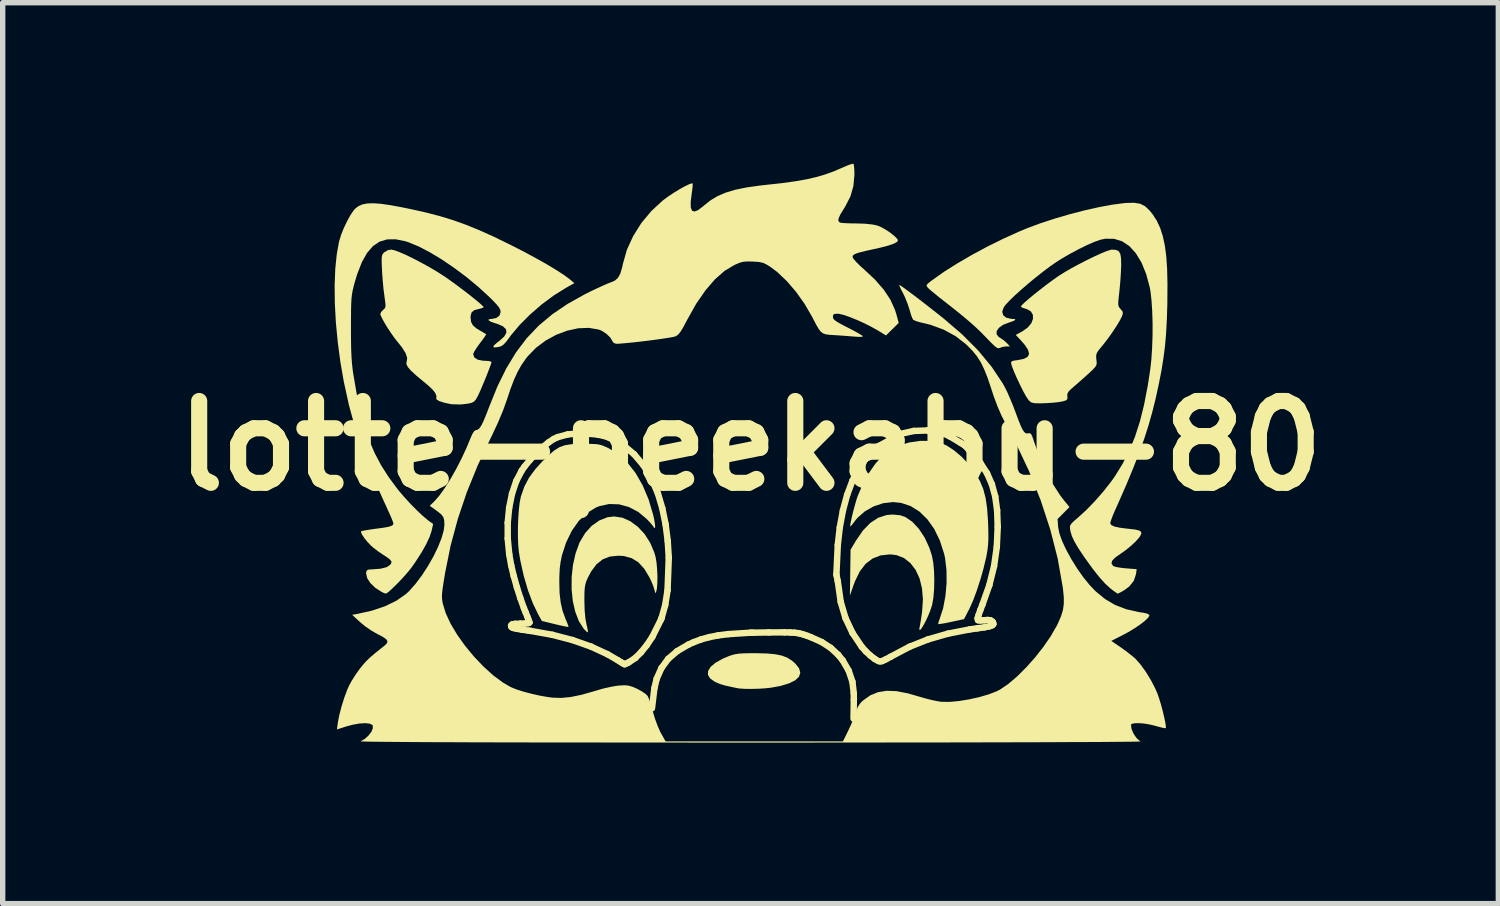
<source format=kicad_pcb>
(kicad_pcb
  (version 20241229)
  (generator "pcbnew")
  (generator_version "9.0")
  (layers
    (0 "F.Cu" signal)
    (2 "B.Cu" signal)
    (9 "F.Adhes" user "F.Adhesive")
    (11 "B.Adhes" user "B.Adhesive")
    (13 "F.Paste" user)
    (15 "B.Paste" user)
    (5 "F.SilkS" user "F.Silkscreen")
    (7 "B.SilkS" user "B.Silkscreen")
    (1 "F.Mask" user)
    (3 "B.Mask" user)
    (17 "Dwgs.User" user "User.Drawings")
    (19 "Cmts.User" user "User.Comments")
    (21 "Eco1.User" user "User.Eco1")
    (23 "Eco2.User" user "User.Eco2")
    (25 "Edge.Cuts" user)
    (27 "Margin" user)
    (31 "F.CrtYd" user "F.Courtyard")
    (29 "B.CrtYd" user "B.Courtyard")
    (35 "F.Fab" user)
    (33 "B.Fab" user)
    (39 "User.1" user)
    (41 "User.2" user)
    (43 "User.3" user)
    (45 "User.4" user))
  (footprint "lotte-peekabu-80"
    (layer "F.Cu")
    (at 10.929 5.254)
    (property "Reference" "lotte-peekabu-80" (at 0 0 0) (layer "F.SilkS") (effects (font (size 1.524 1.524) (thickness 0.3))))
    (attr board_only exclude_from_pos_files exclude_from_bom)
    (fp_line (start -4.522 1.433) (end -4.522 1.725) (stroke (width 0.12) (type solid)) (layer "F.SilkS"))
    (fp_line (start -4.522 1.725) (end -4.494 2.021) (stroke (width 0.12) (type solid)) (layer "F.SilkS"))
    (fp_line (start -4.495 1.153) (end -4.522 1.433) (stroke (width 0.12) (type solid)) (layer "F.SilkS"))
    (fp_line (start -4.494 2.021) (end -4.457 2.229) (stroke (width 0.12) (type solid)) (layer "F.SilkS"))
    (fp_line (start -4.459 3.348) (end -4.456 3.367) (stroke (width 0.12) (type solid)) (layer "F.SilkS"))
    (fp_line (start -4.457 2.229) (end -4.41 2.425) (stroke (width 0.12) (type solid)) (layer "F.SilkS"))
    (fp_line (start -4.456 3.367) (end -4.441 3.382) (stroke (width 0.12) (type solid)) (layer "F.SilkS"))
    (fp_line (start -4.442 0.893) (end -4.495 1.153) (stroke (width 0.12) (type solid)) (layer "F.SilkS"))
    (fp_line (start -4.441 3.382) (end -4.409 3.395) (stroke (width 0.12) (type solid)) (layer "F.SilkS"))
    (fp_line (start -4.435 3.324) (end -4.459 3.348) (stroke (width 0.12) (type solid)) (layer "F.SilkS"))
    (fp_line (start -4.41 2.425) (end -4.351 2.635) (stroke (width 0.12) (type solid)) (layer "F.SilkS"))
    (fp_line (start -4.409 3.395) (end -4.351 3.408) (stroke (width 0.12) (type solid)) (layer "F.SilkS"))
    (fp_line (start -4.382 3.316) (end -4.435 3.324) (stroke (width 0.12) (type solid)) (layer "F.SilkS"))
    (fp_line (start -4.364 0.659) (end -4.442 0.893) (stroke (width 0.12) (type solid)) (layer "F.SilkS"))
    (fp_line (start -4.351 3.408) (end -4.262 3.424) (stroke (width 0.12) (type solid)) (layer "F.SilkS"))
    (fp_line (start -4.351 2.635) (end -4.286 2.84) (stroke (width 0.12) (type solid)) (layer "F.SilkS"))
    (fp_line (start -4.288 3.314) (end -4.382 3.316) (stroke (width 0.12) (type solid)) (layer "F.SilkS"))
    (fp_line (start -4.286 2.84) (end -4.22 3.024) (stroke (width 0.12) (type solid)) (layer "F.SilkS"))
    (fp_line (start -4.281 3.314) (end -4.288 3.314) (stroke (width 0.12) (type solid)) (layer "F.SilkS"))
    (fp_line (start -4.262 3.424) (end -4.132 3.443) (stroke (width 0.12) (type solid)) (layer "F.SilkS"))
    (fp_line (start -4.261 0.461) (end -4.364 0.659) (stroke (width 0.12) (type solid)) (layer "F.SilkS"))
    (fp_line (start -4.22 3.024) (end -4.188 3.103) (stroke (width 0.12) (type solid)) (layer "F.SilkS"))
    (fp_line (start -4.209 0.387) (end -4.261 0.461) (stroke (width 0.12) (type solid)) (layer "F.SilkS"))
    (fp_line (start -4.199 3.31) (end -4.281 3.314) (stroke (width 0.12) (type solid)) (layer "F.SilkS"))
    (fp_line (start -4.188 3.103) (end -4.154 3.187) (stroke (width 0.12) (type solid)) (layer "F.SilkS"))
    (fp_line (start -4.154 3.187) (end -4.129 3.253) (stroke (width 0.12) (type solid)) (layer "F.SilkS"))
    (fp_line (start -4.14 3.303) (end -4.199 3.31) (stroke (width 0.12) (type solid)) (layer "F.SilkS"))
    (fp_line (start -4.132 3.443) (end -4.093 3.448) (stroke (width 0.12) (type solid)) (layer "F.SilkS"))
    (fp_line (start -4.129 3.253) (end -4.118 3.29) (stroke (width 0.12) (type solid)) (layer "F.SilkS"))
    (fp_line (start -4.118 3.29) (end -4.118 3.292) (stroke (width 0.12) (type solid)) (layer "F.SilkS"))
    (fp_line (start -4.118 3.292) (end -4.14 3.303) (stroke (width 0.12) (type solid)) (layer "F.SilkS"))
    (fp_line (start -4.11 0.266) (end -4.209 0.387) (stroke (width 0.12) (type solid)) (layer "F.SilkS"))
    (fp_line (start -4.093 3.448) (end -3.693 3.52) (stroke (width 0.12) (type solid)) (layer "F.SilkS"))
    (fp_line (start -3.995 0.144) (end -4.11 0.266) (stroke (width 0.12) (type solid)) (layer "F.SilkS"))
    (fp_line (start -3.875 0.031) (end -3.995 0.144) (stroke (width 0.12) (type solid)) (layer "F.SilkS"))
    (fp_line (start -3.761 -0.063) (end -3.875 0.031) (stroke (width 0.12) (type solid)) (layer "F.SilkS"))
    (fp_line (start -3.693 3.52) (end -3.316 3.618) (stroke (width 0.12) (type solid)) (layer "F.SilkS"))
    (fp_line (start -3.664 -0.128) (end -3.761 -0.063) (stroke (width 0.12) (type solid)) (layer "F.SilkS"))
    (fp_line (start -3.589 -0.162) (end -3.664 -0.128) (stroke (width 0.12) (type solid)) (layer "F.SilkS"))
    (fp_line (start -3.406 -0.212) (end -3.589 -0.162) (stroke (width 0.12) (type solid)) (layer "F.SilkS"))
    (fp_line (start -3.316 3.618) (end -2.97 3.74) (stroke (width 0.12) (type solid)) (layer "F.SilkS"))
    (fp_line (start -3.191 -0.232) (end -3.406 -0.212) (stroke (width 0.12) (type solid)) (layer "F.SilkS"))
    (fp_line (start -2.97 3.74) (end -2.66 3.884) (stroke (width 0.12) (type solid)) (layer "F.SilkS"))
    (fp_line (start -2.948 -0.221) (end -3.191 -0.232) (stroke (width 0.12) (type solid)) (layer "F.SilkS"))
    (fp_line (start -2.836 -0.207) (end -2.948 -0.221) (stroke (width 0.12) (type solid)) (layer "F.SilkS"))
    (fp_line (start -2.731 -0.185) (end -2.836 -0.207) (stroke (width 0.12) (type solid)) (layer "F.SilkS"))
    (fp_line (start -2.66 3.884) (end -2.474 3.992) (stroke (width 0.12) (type solid)) (layer "F.SilkS"))
    (fp_line (start -2.633 -0.152) (end -2.731 -0.185) (stroke (width 0.12) (type solid)) (layer "F.SilkS"))
    (fp_line (start -2.521 -0.1) (end -2.633 -0.152) (stroke (width 0.12) (type solid)) (layer "F.SilkS"))
    (fp_line (start -2.474 3.992) (end -2.409 4.033) (stroke (width 0.12) (type solid)) (layer "F.SilkS"))
    (fp_line (start -2.409 4.033) (end -2.361 4.061) (stroke (width 0.12) (type solid)) (layer "F.SilkS"))
    (fp_line (start -2.362 -0.006) (end -2.521 -0.1) (stroke (width 0.12) (type solid)) (layer "F.SilkS"))
    (fp_line (start -2.361 4.061) (end -2.345 4.069) (stroke (width 0.12) (type solid)) (layer "F.SilkS"))
    (fp_line (start -2.345 4.069) (end -2.321 4.059) (stroke (width 0.12) (type solid)) (layer "F.SilkS"))
    (fp_line (start -2.321 4.059) (end -2.268 4.034) (stroke (width 0.12) (type solid)) (layer "F.SilkS"))
    (fp_line (start -2.268 4.034) (end -2.145 3.952) (stroke (width 0.12) (type solid)) (layer "F.SilkS"))
    (fp_line (start -2.168 0.157) (end -2.362 -0.006) (stroke (width 0.12) (type solid)) (layer "F.SilkS"))
    (fp_line (start -2.145 3.952) (end -2.039 3.847) (stroke (width 0.12) (type solid)) (layer "F.SilkS"))
    (fp_line (start -2.039 3.847) (end -1.931 3.713) (stroke (width 0.12) (type solid)) (layer "F.SilkS"))
    (fp_line (start -1.996 0.359) (end -2.168 0.157) (stroke (width 0.12) (type solid)) (layer "F.SilkS"))
    (fp_line (start -1.931 3.713) (end -1.829 3.56) (stroke (width 0.12) (type solid)) (layer "F.SilkS"))
    (fp_line (start -1.85 0.597) (end -1.996 0.359) (stroke (width 0.12) (type solid)) (layer "F.SilkS"))
    (fp_line (start -1.835 4.889) (end -1.79 4.516) (stroke (width 0.12) (type solid)) (layer "F.SilkS"))
    (fp_line (start -1.829 3.56) (end -1.666 3.234) (stroke (width 0.12) (type solid)) (layer "F.SilkS"))
    (fp_line (start -1.79 4.516) (end -1.747 4.338) (stroke (width 0.12) (type solid)) (layer "F.SilkS"))
    (fp_line (start -1.747 4.338) (end -1.659 4.14) (stroke (width 0.12) (type solid)) (layer "F.SilkS"))
    (fp_line (start -1.724 0.889) (end -1.85 0.597) (stroke (width 0.12) (type solid)) (layer "F.SilkS"))
    (fp_line (start -1.666 3.234) (end -1.654 3.202) (stroke (width 0.12) (type solid)) (layer "F.SilkS"))
    (fp_line (start -1.659 4.14) (end -1.533 3.969) (stroke (width 0.12) (type solid)) (layer "F.SilkS"))
    (fp_line (start -1.654 3.202) (end -1.588 2.964) (stroke (width 0.12) (type solid)) (layer "F.SilkS"))
    (fp_line (start -1.643 1.162) (end -1.724 0.889) (stroke (width 0.12) (type solid)) (layer "F.SilkS"))
    (fp_line (start -1.588 2.964) (end -1.545 2.692) (stroke (width 0.12) (type solid)) (layer "F.SilkS"))
    (fp_line (start -1.582 1.458) (end -1.643 1.162) (stroke (width 0.12) (type solid)) (layer "F.SilkS"))
    (fp_line (start -1.545 2.692) (end -1.522 2.085) (stroke (width 0.12) (type solid)) (layer "F.SilkS"))
    (fp_line (start -1.542 1.769) (end -1.582 1.458) (stroke (width 0.12) (type solid)) (layer "F.SilkS"))
    (fp_line (start -1.533 3.969) (end -1.366 3.825) (stroke (width 0.12) (type solid)) (layer "F.SilkS"))
    (fp_line (start -1.522 2.085) (end -1.542 1.769) (stroke (width 0.12) (type solid)) (layer "F.SilkS"))
    (fp_line (start -1.366 3.825) (end -1.157 3.703) (stroke (width 0.12) (type solid)) (layer "F.SilkS"))
    (fp_line (start -1.157 3.703) (end -1.056 3.657) (stroke (width 0.12) (type solid)) (layer "F.SilkS"))
    (fp_line (start -1.056 3.657) (end -0.917 3.605) (stroke (width 0.12) (type solid)) (layer "F.SilkS"))
    (fp_line (start -0.917 3.605) (end -0.768 3.564) (stroke (width 0.12) (type solid)) (layer "F.SilkS"))
    (fp_line (start -0.768 3.564) (end -0.605 3.532) (stroke (width 0.12) (type solid)) (layer "F.SilkS"))
    (fp_line (start -0.605 3.532) (end -0.419 3.508) (stroke (width 0.12) (type solid)) (layer "F.SilkS"))
    (fp_line (start -0.419 3.508) (end 0 3.481) (stroke (width 0.12) (type solid)) (layer "F.SilkS"))
    (fp_line (start 0 3.481) (end 0.046 3.481) (stroke (width 0.12) (type solid)) (layer "F.SilkS"))
    (fp_line (start 0.046 3.481) (end 0.337 3.476) (stroke (width 0.12) (type solid)) (layer "F.SilkS"))
    (fp_line (start 0.337 3.476) (end 0.637 3.475) (stroke (width 0.12) (type solid)) (layer "F.SilkS"))
    (fp_line (start 0.637 3.475) (end 0.74 3.477) (stroke (width 0.12) (type solid)) (layer "F.SilkS"))
    (fp_line (start 0.74 3.477) (end 0.819 3.481) (stroke (width 0.12) (type solid)) (layer "F.SilkS"))
    (fp_line (start 0.819 3.481) (end 0.883 3.489) (stroke (width 0.12) (type solid)) (layer "F.SilkS"))
    (fp_line (start 0.883 3.489) (end 0.938 3.501) (stroke (width 0.12) (type solid)) (layer "F.SilkS"))
    (fp_line (start 0.938 3.501) (end 0.994 3.518) (stroke (width 0.12) (type solid)) (layer "F.SilkS"))
    (fp_line (start 0.994 3.518) (end 1.06 3.54) (stroke (width 0.12) (type solid)) (layer "F.SilkS"))
    (fp_line (start 1.06 3.54) (end 1.124 3.564) (stroke (width 0.12) (type solid)) (layer "F.SilkS"))
    (fp_line (start 1.124 3.564) (end 1.326 3.655) (stroke (width 0.12) (type solid)) (layer "F.SilkS"))
    (fp_line (start 1.326 3.655) (end 1.493 3.763) (stroke (width 0.12) (type solid)) (layer "F.SilkS"))
    (fp_line (start 1.493 3.763) (end 1.633 3.892) (stroke (width 0.12) (type solid)) (layer "F.SilkS"))
    (fp_line (start 1.6 2.4) (end 1.626 2.522) (stroke (width 0.12) (type solid)) (layer "F.SilkS"))
    (fp_line (start 1.626 2.522) (end 1.681 2.908) (stroke (width 0.12) (type solid)) (layer "F.SilkS"))
    (fp_line (start 1.626 1.848) (end 1.6 2.4) (stroke (width 0.12) (type solid)) (layer "F.SilkS"))
    (fp_line (start 1.633 3.892) (end 1.717 3.995) (stroke (width 0.12) (type solid)) (layer "F.SilkS"))
    (fp_line (start 1.663 1.521) (end 1.626 1.848) (stroke (width 0.12) (type solid)) (layer "F.SilkS"))
    (fp_line (start 1.681 2.908) (end 1.77 3.21) (stroke (width 0.12) (type solid)) (layer "F.SilkS"))
    (fp_line (start 1.717 3.995) (end 1.829 4.188) (stroke (width 0.12) (type solid)) (layer "F.SilkS"))
    (fp_line (start 1.721 1.208) (end 1.663 1.521) (stroke (width 0.12) (type solid)) (layer "F.SilkS"))
    (fp_line (start 1.77 3.21) (end 1.901 3.487) (stroke (width 0.12) (type solid)) (layer "F.SilkS"))
    (fp_line (start 1.8 0.915) (end 1.721 1.208) (stroke (width 0.12) (type solid)) (layer "F.SilkS"))
    (fp_line (start 1.829 4.188) (end 1.899 4.396) (stroke (width 0.12) (type solid)) (layer "F.SilkS"))
    (fp_line (start 1.899 0.65) (end 1.8 0.915) (stroke (width 0.12) (type solid)) (layer "F.SilkS"))
    (fp_line (start 1.899 4.396) (end 1.924 4.611) (stroke (width 0.12) (type solid)) (layer "F.SilkS"))
    (fp_line (start 1.901 3.487) (end 2.073 3.744) (stroke (width 0.12) (type solid)) (layer "F.SilkS"))
    (fp_line (start 1.924 4.611) (end 1.925 4.727) (stroke (width 0.12) (type solid)) (layer "F.SilkS"))
    (fp_line (start 1.925 4.727) (end 1.92 5.082) (stroke (width 0.12) (type solid)) (layer "F.SilkS"))
    (fp_line (start 2.016 0.418) (end 1.899 0.65) (stroke (width 0.12) (type solid)) (layer "F.SilkS"))
    (fp_line (start 2.073 3.744) (end 2.151 3.831) (stroke (width 0.12) (type solid)) (layer "F.SilkS"))
    (fp_line (start 2.149 0.227) (end 2.016 0.418) (stroke (width 0.12) (type solid)) (layer "F.SilkS"))
    (fp_line (start 2.151 3.831) (end 2.232 3.906) (stroke (width 0.12) (type solid)) (layer "F.SilkS"))
    (fp_line (start 2.166 0.207) (end 2.149 0.227) (stroke (width 0.12) (type solid)) (layer "F.SilkS"))
    (fp_line (start 2.232 3.906) (end 2.311 3.968) (stroke (width 0.12) (type solid)) (layer "F.SilkS"))
    (fp_line (start 2.311 3.968) (end 2.379 4.009) (stroke (width 0.12) (type solid)) (layer "F.SilkS"))
    (fp_line (start 2.354 0.022) (end 2.166 0.207) (stroke (width 0.12) (type solid)) (layer "F.SilkS"))
    (fp_line (start 2.4 0) (end 2.354 0.022) (stroke (width 0.12) (type solid)) (layer "F.SilkS"))
    (fp_line (start 2.416 4.02) (end 2.455 4.008) (stroke (width 0.12) (type solid)) (layer "F.SilkS"))
    (fp_line (start 2.455 4.008) (end 2.522 3.977) (stroke (width 0.12) (type solid)) (layer "F.SilkS"))
    (fp_line (start 2.522 3.977) (end 2.607 3.931) (stroke (width 0.12) (type solid)) (layer "F.SilkS"))
    (fp_line (start 2.607 3.931) (end 2.962 3.743) (stroke (width 0.12) (type solid)) (layer "F.SilkS"))
    (fp_line (start 2.796 -0.222) (end 2.4 0) (stroke (width 0.12) (type solid)) (layer "F.SilkS"))
    (fp_line (start 2.962 3.743) (end 3.307 3.606) (stroke (width 0.12) (type solid)) (layer "F.SilkS"))
    (fp_line (start 3.041 -0.277) (end 2.796 -0.222) (stroke (width 0.12) (type solid)) (layer "F.SilkS"))
    (fp_line (start 3.297 -0.286) (end 3.041 -0.277) (stroke (width 0.12) (type solid)) (layer "F.SilkS"))
    (fp_line (start 3.307 3.606) (end 3.678 3.499) (stroke (width 0.12) (type solid)) (layer "F.SilkS"))
    (fp_line (start 3.332 -0.284) (end 3.297 -0.286) (stroke (width 0.12) (type solid)) (layer "F.SilkS"))
    (fp_line (start 3.437 -0.274) (end 3.332 -0.284) (stroke (width 0.12) (type solid)) (layer "F.SilkS"))
    (fp_line (start 3.522 -0.256) (end 3.437 -0.274) (stroke (width 0.12) (type solid)) (layer "F.SilkS"))
    (fp_line (start 3.607 -0.225) (end 3.522 -0.256) (stroke (width 0.12) (type solid)) (layer "F.SilkS"))
    (fp_line (start 3.678 3.499) (end 4.082 3.42) (stroke (width 0.12) (type solid)) (layer "F.SilkS"))
    (fp_line (start 3.721 -0.171) (end 3.607 -0.225) (stroke (width 0.12) (type solid)) (layer "F.SilkS"))
    (fp_line (start 3.908 -0.059) (end 3.721 -0.171) (stroke (width 0.12) (type solid)) (layer "F.SilkS"))
    (fp_line (start 4 0) (end 3.908 -0.059) (stroke (width 0.12) (type solid)) (layer "F.SilkS"))
    (fp_line (start 4.074 0.083) (end 4 0) (stroke (width 0.12) (type solid)) (layer "F.SilkS"))
    (fp_line (start 4.082 3.42) (end 4.224 3.4) (stroke (width 0.12) (type solid)) (layer "F.SilkS"))
    (fp_line (start 4.123 0.133) (end 4.074 0.083) (stroke (width 0.12) (type solid)) (layer "F.SilkS"))
    (fp_line (start 4.224 3.4) (end 4.36 3.381) (stroke (width 0.12) (type solid)) (layer "F.SilkS"))
    (fp_line (start 4.231 3.212) (end 4.251 3.147) (stroke (width 0.12) (type solid)) (layer "F.SilkS"))
    (fp_line (start 4.238 3.248) (end 4.231 3.212) (stroke (width 0.12) (type solid)) (layer "F.SilkS"))
    (fp_line (start 4.251 3.147) (end 4.282 3.057) (stroke (width 0.12) (type solid)) (layer "F.SilkS"))
    (fp_line (start 4.282 3.057) (end 4.321 2.957) (stroke (width 0.12) (type solid)) (layer "F.SilkS"))
    (fp_line (start 4.282 0.319) (end 4.123 0.133) (stroke (width 0.12) (type solid)) (layer "F.SilkS"))
    (fp_line (start 4.286 3.253) (end 4.238 3.248) (stroke (width 0.12) (type solid)) (layer "F.SilkS"))
    (fp_line (start 4.321 2.957) (end 4.449 2.595) (stroke (width 0.12) (type solid)) (layer "F.SilkS"))
    (fp_line (start 4.357 3.249) (end 4.286 3.253) (stroke (width 0.12) (type solid)) (layer "F.SilkS"))
    (fp_line (start 4.36 3.381) (end 4.452 3.362) (stroke (width 0.12) (type solid)) (layer "F.SilkS"))
    (fp_line (start 4.406 0.511) (end 4.282 0.319) (stroke (width 0.12) (type solid)) (layer "F.SilkS"))
    (fp_line (start 4.416 3.244) (end 4.357 3.249) (stroke (width 0.12) (type solid)) (layer "F.SilkS"))
    (fp_line (start 4.449 2.595) (end 4.537 2.242) (stroke (width 0.12) (type solid)) (layer "F.SilkS"))
    (fp_line (start 4.452 3.362) (end 4.505 3.342) (stroke (width 0.12) (type solid)) (layer "F.SilkS"))
    (fp_line (start 4.471 3.25) (end 4.416 3.244) (stroke (width 0.12) (type solid)) (layer "F.SilkS"))
    (fp_line (start 4.497 0.718) (end 4.406 0.511) (stroke (width 0.12) (type solid)) (layer "F.SilkS"))
    (fp_line (start 4.505 3.342) (end 4.525 3.318) (stroke (width 0.12) (type solid)) (layer "F.SilkS"))
    (fp_line (start 4.506 3.275) (end 4.471 3.25) (stroke (width 0.12) (type solid)) (layer "F.SilkS"))
    (fp_line (start 4.516 3.288) (end 4.506 3.275) (stroke (width 0.12) (type solid)) (layer "F.SilkS"))
    (fp_line (start 4.525 3.318) (end 4.516 3.288) (stroke (width 0.12) (type solid)) (layer "F.SilkS"))
    (fp_line (start 4.537 2.242) (end 4.588 1.883) (stroke (width 0.12) (type solid)) (layer "F.SilkS"))
    (fp_line (start 4.559 0.945) (end 4.497 0.718) (stroke (width 0.12) (type solid)) (layer "F.SilkS"))
    (fp_line (start 4.588 1.883) (end 4.605 1.505) (stroke (width 0.12) (type solid)) (layer "F.SilkS"))
    (fp_line (start 4.594 1.202) (end 4.559 0.945) (stroke (width 0.12) (type solid)) (layer "F.SilkS"))
    (fp_line (start 4.605 1.505) (end 4.594 1.202) (stroke (width 0.12) (type solid)) (layer "F.SilkS"))
    (fp_poly (pts (xy 0.11 3.863) (xy 0.304 3.868) (xy 0.459 3.882) (xy 0.583 3.907) (xy 0.685 3.946) (xy 0.772 4.001) (xy 0.837 4.058) (xy 0.906 4.146) (xy 0.928 4.228) (xy 0.903 4.302) (xy 0.833 4.368) (xy 0.718 4.425) (xy 0.559 4.473) (xy 0.378 4.506) (xy 0.273 4.517) (xy 0.147 4.525) (xy 0.017 4.528) (xy -0.103 4.527) (xy -0.197 4.521) (xy -0.231 4.517) (xy -0.37 4.488) (xy -0.472 4.465) (xy -0.549 4.443) (xy -0.611 4.419) (xy -0.664 4.395) (xy -0.751 4.334) (xy -0.793 4.266) (xy -0.789 4.193) (xy -0.742 4.117) (xy -0.652 4.041) (xy -0.521 3.967) (xy -0.4 3.916) (xy -0.337 3.895) (xy -0.276 3.88) (xy -0.205 3.87) (xy -0.114 3.865) (xy 0.008 3.863)) (stroke (width 0) (type solid)) (fill yes) (layer "F.SilkS"))
    (fp_poly (pts (xy 2.787 1.293) (xy 2.882 1.325) (xy 3.014 1.415) (xy 3.137 1.547) (xy 3.245 1.711) (xy 3.333 1.902) (xy 3.38 2.047) (xy 3.404 2.173) (xy 3.419 2.329) (xy 3.424 2.5) (xy 3.42 2.671) (xy 3.407 2.828) (xy 3.385 2.956) (xy 3.378 2.983) (xy 3.346 3.077) (xy 3.308 3.17) (xy 3.267 3.258) (xy 3.227 3.334) (xy 3.192 3.392) (xy 3.164 3.427) (xy 3.148 3.431) (xy 3.146 3.4) (xy 3.152 3.372) (xy 3.162 3.315) (xy 3.177 3.227) (xy 3.192 3.122) (xy 3.197 3.088) (xy 3.212 2.863) (xy 3.195 2.657) (xy 3.15 2.472) (xy 3.077 2.313) (xy 2.979 2.185) (xy 2.86 2.091) (xy 2.72 2.036) (xy 2.599 2.022) (xy 2.424 2.041) (xy 2.273 2.1) (xy 2.144 2.199) (xy 2.035 2.341) (xy 1.945 2.527) (xy 1.921 2.591) (xy 1.852 2.79) (xy 1.864 1.936) (xy 1.965 1.766) (xy 2.095 1.577) (xy 2.232 1.436) (xy 2.377 1.341) (xy 2.533 1.29) (xy 2.644 1.28)) (stroke (width 0) (type solid)) (fill yes) (layer "F.SilkS"))
    (fp_poly (pts (xy -2.387 1.339) (xy -2.238 1.405) (xy -2.097 1.509) (xy -1.972 1.644) (xy -1.869 1.805) (xy -1.792 1.986) (xy -1.767 2.073) (xy -1.75 2.175) (xy -1.739 2.3) (xy -1.733 2.433) (xy -1.735 2.557) (xy -1.743 2.659) (xy -1.753 2.704) (xy -1.765 2.741) (xy -1.774 2.739) (xy -1.786 2.694) (xy -1.79 2.68) (xy -1.811 2.611) (xy -1.848 2.522) (xy -1.879 2.456) (xy -1.978 2.291) (xy -2.087 2.171) (xy -2.212 2.093) (xy -2.358 2.053) (xy -2.461 2.047) (xy -2.619 2.063) (xy -2.753 2.115) (xy -2.868 2.207) (xy -2.968 2.34) (xy -3.033 2.464) (xy -3.06 2.527) (xy -3.077 2.586) (xy -3.088 2.655) (xy -3.093 2.745) (xy -3.094 2.871) (xy -3.094 2.884) (xy -3.089 3.064) (xy -3.075 3.217) (xy -3.056 3.319) (xy -3.038 3.397) (xy -3.028 3.454) (xy -3.029 3.476) (xy -3.049 3.465) (xy -3.088 3.427) (xy -3.107 3.406) (xy -3.197 3.266) (xy -3.264 3.091) (xy -3.31 2.891) (xy -3.332 2.673) (xy -3.331 2.446) (xy -3.307 2.221) (xy -3.258 2.004) (xy -3.186 1.806) (xy -3.179 1.792) (xy -3.08 1.626) (xy -2.957 1.49) (xy -2.817 1.391) (xy -2.666 1.331) (xy -2.54 1.316)) (stroke (width 0) (type solid)) (fill yes) (layer "F.SilkS"))
    (fp_poly (pts (xy 3.357 -0.092) (xy 3.527 -0.061) (xy 3.654 -0.005) (xy 3.792 0.085) (xy 3.931 0.202) (xy 4.059 0.337) (xy 4.08 0.363) (xy 4.189 0.51) (xy 4.273 0.655) (xy 4.336 0.806) (xy 4.38 0.974) (xy 4.408 1.168) (xy 4.424 1.397) (xy 4.427 1.462) (xy 4.431 1.623) (xy 4.431 1.749) (xy 4.425 1.854) (xy 4.413 1.951) (xy 4.395 2.054) (xy 4.39 2.078) (xy 4.342 2.279) (xy 4.283 2.489) (xy 4.216 2.694) (xy 4.147 2.88) (xy 4.079 3.033) (xy 4.071 3.048) (xy 3.978 3.228) (xy 3.743 3.279) (xy 3.643 3.3) (xy 3.562 3.314) (xy 3.511 3.321) (xy 3.498 3.32) (xy 3.5 3.293) (xy 3.518 3.24) (xy 3.523 3.226) (xy 3.588 3.027) (xy 3.631 2.8) (xy 3.653 2.558) (xy 3.651 2.318) (xy 3.625 2.094) (xy 3.606 2.008) (xy 3.526 1.762) (xy 3.422 1.548) (xy 3.294 1.368) (xy 3.147 1.225) (xy 2.984 1.123) (xy 2.805 1.063) (xy 2.654 1.048) (xy 2.472 1.069) (xy 2.293 1.129) (xy 2.13 1.221) (xy 1.994 1.34) (xy 1.942 1.404) (xy 1.899 1.461) (xy 1.868 1.495) (xy 1.858 1.501) (xy 1.858 1.473) (xy 1.87 1.409) (xy 1.889 1.321) (xy 1.914 1.218) (xy 1.943 1.112) (xy 1.971 1.014) (xy 1.997 0.935) (xy 2.001 0.926) (xy 2.093 0.711) (xy 2.203 0.511) (xy 2.325 0.335) (xy 2.454 0.19) (xy 2.582 0.086) (xy 2.587 0.082) (xy 2.759 -0.003) (xy 2.954 -0.062) (xy 3.159 -0.092)) (stroke (width 0) (type solid)) (fill yes) (layer "F.SilkS"))
    (fp_poly (pts (xy -2.99 -0.036) (xy -2.897 -0.033) (xy -2.828 -0.025) (xy -2.769 -0.01) (xy -2.708 0.015) (xy -2.646 0.043) (xy -2.461 0.156) (xy -2.292 0.313) (xy -2.139 0.509) (xy -2.007 0.739) (xy -1.897 1) (xy -1.812 1.289) (xy -1.794 1.371) (xy -1.78 1.452) (xy -1.775 1.511) (xy -1.781 1.535) (xy -1.782 1.535) (xy -1.803 1.518) (xy -1.803 1.515) (xy -1.819 1.49) (xy -1.861 1.44) (xy -1.921 1.376) (xy -1.931 1.365) (xy -2.09 1.232) (xy -2.265 1.14) (xy -2.448 1.09) (xy -2.633 1.084) (xy -2.815 1.124) (xy -2.882 1.151) (xy -3.05 1.255) (xy -3.2 1.401) (xy -3.33 1.586) (xy -3.436 1.805) (xy -3.51 2.034) (xy -3.536 2.156) (xy -3.553 2.284) (xy -3.56 2.436) (xy -3.561 2.534) (xy -3.556 2.741) (xy -3.536 2.915) (xy -3.501 3.071) (xy -3.446 3.222) (xy -3.434 3.251) (xy -3.406 3.317) (xy -3.391 3.362) (xy -3.391 3.374) (xy -3.416 3.371) (xy -3.479 3.359) (xy -3.568 3.34) (xy -3.642 3.322) (xy -3.886 3.263) (xy -3.954 3.141) (xy -4.054 2.933) (xy -4.145 2.69) (xy -4.223 2.424) (xy -4.285 2.148) (xy -4.314 1.977) (xy -4.326 1.85) (xy -4.332 1.696) (xy -4.332 1.527) (xy -4.326 1.356) (xy -4.315 1.195) (xy -4.299 1.057) (xy -4.279 0.955) (xy -4.279 0.951) (xy -4.213 0.762) (xy -4.124 0.592) (xy -4.003 0.429) (xy -3.874 0.287) (xy -3.754 0.17) (xy -3.652 0.084) (xy -3.558 0.026) (xy -3.459 -0.01) (xy -3.344 -0.029) (xy -3.2 -0.036) (xy -3.119 -0.037)) (stroke (width 0) (type solid)) (fill yes) (layer "F.SilkS"))
    (fp_poly (pts (xy 6.808 -3.649) (xy 6.858 -3.625) (xy 6.888 -3.577) (xy 6.902 -3.496) (xy 6.905 -3.375) (xy 6.905 -3.365) (xy 6.9 -3.241) (xy 6.891 -3.093) (xy 6.878 -2.944) (xy 6.871 -2.875) (xy 6.858 -2.757) (xy 6.851 -2.678) (xy 6.851 -2.626) (xy 6.86 -2.593) (xy 6.877 -2.566) (xy 6.895 -2.546) (xy 6.931 -2.501) (xy 6.936 -2.461) (xy 6.918 -2.409) (xy 6.879 -2.332) (xy 6.817 -2.23) (xy 6.74 -2.113) (xy 6.656 -1.995) (xy 6.572 -1.887) (xy 6.543 -1.852) (xy 6.484 -1.78) (xy 6.451 -1.729) (xy 6.439 -1.684) (xy 6.44 -1.63) (xy 6.443 -1.606) (xy 6.449 -1.549) (xy 6.444 -1.507) (xy 6.422 -1.469) (xy 6.377 -1.42) (xy 6.316 -1.362) (xy 6.222 -1.277) (xy 6.117 -1.184) (xy 6.033 -1.111) (xy 5.96 -1.047) (xy 5.918 -1.001) (xy 5.901 -0.963) (xy 5.902 -0.923) (xy 5.902 -0.922) (xy 5.903 -0.874) (xy 5.881 -0.848) (xy 5.825 -0.83) (xy 5.746 -0.815) (xy 5.637 -0.803) (xy 5.515 -0.795) (xy 5.399 -0.791) (xy 5.305 -0.793) (xy 5.273 -0.796) (xy 5.224 -0.811) (xy 5.182 -0.848) (xy 5.136 -0.916) (xy 5.123 -0.938) (xy 5.071 -1.034) (xy 5.015 -1.148) (xy 4.959 -1.266) (xy 4.911 -1.377) (xy 4.875 -1.468) (xy 4.86 -1.515) (xy 4.854 -1.552) (xy 4.865 -1.573) (xy 4.903 -1.586) (xy 4.979 -1.597) (xy 4.982 -1.597) (xy 5.094 -1.62) (xy 5.163 -1.658) (xy 5.189 -1.712) (xy 5.172 -1.784) (xy 5.112 -1.877) (xy 5.025 -1.977) (xy 4.941 -2.065) (xy 5.067 -2.134) (xy 5.165 -2.204) (xy 5.231 -2.283) (xy 5.262 -2.365) (xy 5.26 -2.442) (xy 5.221 -2.505) (xy 5.147 -2.547) (xy 5.12 -2.554) (xy 5.065 -2.572) (xy 5.037 -2.593) (xy 5.036 -2.595) (xy 5.053 -2.619) (xy 5.101 -2.666) (xy 5.176 -2.732) (xy 5.27 -2.81) (xy 5.376 -2.894) (xy 5.487 -2.981) (xy 5.597 -3.063) (xy 5.699 -3.136) (xy 5.75 -3.171) (xy 5.857 -3.238) (xy 5.983 -3.311) (xy 6.122 -3.385) (xy 6.263 -3.458) (xy 6.401 -3.525) (xy 6.525 -3.582) (xy 6.629 -3.625) (xy 6.705 -3.65) (xy 6.734 -3.655)) (stroke (width 0) (type solid)) (fill yes) (layer "F.SilkS"))
    (fp_poly (pts (xy -6.631 -3.642) (xy -6.538 -3.608) (xy -6.419 -3.556) (xy -6.283 -3.49) (xy -6.136 -3.413) (xy -5.986 -3.331) (xy -5.842 -3.246) (xy -5.712 -3.162) (xy -5.71 -3.162) (xy -5.611 -3.093) (xy -5.5 -3.013) (xy -5.385 -2.927) (xy -5.272 -2.841) (xy -5.168 -2.759) (xy -5.079 -2.686) (xy -5.013 -2.629) (xy -4.976 -2.592) (xy -4.97 -2.583) (xy -4.992 -2.567) (xy -5.044 -2.553) (xy -5.058 -2.55) (xy -5.147 -2.526) (xy -5.196 -2.483) (xy -5.214 -2.414) (xy -5.214 -2.395) (xy -5.205 -2.31) (xy -5.171 -2.244) (xy -5.103 -2.186) (xy -5.049 -2.153) (xy -4.984 -2.115) (xy -4.938 -2.088) (xy -4.924 -2.079) (xy -4.934 -2.058) (xy -4.967 -2.008) (xy -5.018 -1.939) (xy -5.04 -1.91) (xy -5.098 -1.83) (xy -5.142 -1.761) (xy -5.164 -1.714) (xy -5.165 -1.706) (xy -5.143 -1.645) (xy -5.08 -1.604) (xy -4.982 -1.585) (xy -4.95 -1.584) (xy -4.879 -1.58) (xy -4.834 -1.569) (xy -4.824 -1.56) (xy -4.833 -1.525) (xy -4.858 -1.457) (xy -4.893 -1.364) (xy -4.935 -1.258) (xy -4.981 -1.149) (xy -5.024 -1.047) (xy -5.062 -0.962) (xy -5.08 -0.926) (xy -5.112 -0.867) (xy -5.146 -0.827) (xy -5.19 -0.802) (xy -5.258 -0.786) (xy -5.358 -0.774) (xy -5.409 -0.77) (xy -5.574 -0.775) (xy -5.701 -0.802) (xy -5.798 -0.833) (xy -5.846 -0.862) (xy -5.852 -0.878) (xy -5.85 -0.93) (xy -5.873 -0.986) (xy -5.925 -1.051) (xy -6.011 -1.131) (xy -6.098 -1.203) (xy -6.229 -1.312) (xy -6.322 -1.398) (xy -6.381 -1.466) (xy -6.408 -1.518) (xy -6.408 -1.559) (xy -6.404 -1.568) (xy -6.394 -1.635) (xy -6.424 -1.726) (xy -6.495 -1.838) (xy -6.556 -1.914) (xy -6.621 -1.995) (xy -6.69 -2.092) (xy -6.758 -2.194) (xy -6.818 -2.293) (xy -6.864 -2.377) (xy -6.891 -2.437) (xy -6.895 -2.456) (xy -6.878 -2.495) (xy -6.841 -2.533) (xy -6.816 -2.556) (xy -6.802 -2.581) (xy -6.798 -2.619) (xy -6.804 -2.683) (xy -6.818 -2.782) (xy -6.819 -2.793) (xy -6.835 -2.915) (xy -6.849 -3.062) (xy -6.86 -3.21) (xy -6.864 -3.28) (xy -6.869 -3.399) (xy -6.87 -3.48) (xy -6.865 -3.533) (xy -6.854 -3.567) (xy -6.834 -3.593) (xy -6.825 -3.603) (xy -6.75 -3.646) (xy -6.69 -3.655)) (stroke (width 0) (type solid)) (fill yes) (layer "F.SilkS"))
    (fp_poly (pts (xy -6.885 -4.508) (xy -6.711 -4.483) (xy -6.499 -4.444) (xy -6.327 -4.409) (xy -6.041 -4.345) (xy -5.781 -4.277) (xy -5.535 -4.202) (xy -5.293 -4.115) (xy -5.044 -4.013) (xy -4.777 -3.893) (xy -4.482 -3.749) (xy -4.434 -3.725) (xy -4.206 -3.608) (xy -3.991 -3.492) (xy -3.794 -3.381) (xy -3.623 -3.278) (xy -3.483 -3.188) (xy -3.38 -3.113) (xy -3.364 -3.1) (xy -3.281 -3.03) (xy -3.441 -2.94) (xy -3.665 -2.8) (xy -3.891 -2.632) (xy -4.106 -2.445) (xy -4.301 -2.25) (xy -4.463 -2.057) (xy -4.49 -2.019) (xy -4.554 -1.934) (xy -4.604 -1.882) (xy -4.649 -1.853) (xy -4.693 -1.841) (xy -4.762 -1.832) (xy -4.791 -1.841) (xy -4.778 -1.87) (xy -4.723 -1.92) (xy -4.671 -1.96) (xy -4.584 -2.039) (xy -4.546 -2.11) (xy -4.555 -2.173) (xy -4.613 -2.227) (xy -4.718 -2.272) (xy -4.751 -2.282) (xy -4.83 -2.309) (xy -4.874 -2.334) (xy -4.879 -2.353) (xy -4.841 -2.363) (xy -4.824 -2.363) (xy -4.736 -2.38) (xy -4.676 -2.425) (xy -4.654 -2.492) (xy -4.654 -2.493) (xy -4.66 -2.532) (xy -4.682 -2.575) (xy -4.726 -2.63) (xy -4.797 -2.705) (xy -4.864 -2.772) (xy -5.069 -2.96) (xy -5.29 -3.143) (xy -5.519 -3.314) (xy -5.748 -3.47) (xy -5.971 -3.604) (xy -6.18 -3.713) (xy -6.368 -3.791) (xy -6.431 -3.811) (xy -6.609 -3.847) (xy -6.768 -3.845) (xy -6.909 -3.803) (xy -7.033 -3.719) (xy -7.142 -3.592) (xy -7.238 -3.422) (xy -7.323 -3.205) (xy -7.376 -3.031) (xy -7.396 -2.953) (xy -7.412 -2.883) (xy -7.424 -2.815) (xy -7.432 -2.74) (xy -7.437 -2.65) (xy -7.44 -2.535) (xy -7.441 -2.389) (xy -7.442 -2.205) (xy -7.441 -1.982) (xy -7.438 -1.799) (xy -7.431 -1.645) (xy -7.421 -1.513) (xy -7.407 -1.393) (xy -7.399 -1.34) (xy -7.336 -0.974) (xy -7.267 -0.65) (xy -7.19 -0.361) (xy -7.101 -0.099) (xy -6.998 0.14) (xy -6.878 0.366) (xy -6.739 0.584) (xy -6.578 0.801) (xy -6.546 0.841) (xy -6.446 0.958) (xy -6.332 1.082) (xy -6.215 1.201) (xy -6.104 1.305) (xy -6.009 1.385) (xy -5.983 1.405) (xy -5.911 1.456) (xy -5.941 1.589) (xy -5.978 1.699) (xy -6.042 1.836) (xy -6.13 1.991) (xy -6.236 2.156) (xy -6.322 2.278) (xy -6.382 2.352) (xy -6.456 2.437) (xy -6.538 2.525) (xy -6.62 2.608) (xy -6.694 2.679) (xy -6.753 2.73) (xy -6.789 2.752) (xy -6.792 2.753) (xy -6.825 2.743) (xy -6.871 2.721) (xy -6.989 2.645) (xy -7.081 2.556) (xy -7.14 2.464) (xy -7.16 2.375) (xy -7.159 2.357) (xy -7.147 2.323) (xy -7.116 2.306) (xy -7.051 2.301) (xy -7.041 2.301) (xy -6.89 2.289) (xy -6.778 2.261) (xy -6.713 2.218) (xy -6.689 2.183) (xy -6.689 2.151) (xy -6.72 2.114) (xy -6.785 2.066) (xy -6.843 2.029) (xy -6.933 1.968) (xy -7.023 1.899) (xy -7.073 1.855) (xy -7.137 1.787) (xy -7.194 1.717) (xy -7.236 1.653) (xy -7.255 1.607) (xy -7.253 1.593) (xy -7.225 1.584) (xy -7.159 1.572) (xy -7.067 1.557) (xy -6.988 1.546) (xy -6.853 1.528) (xy -6.759 1.512) (xy -6.699 1.496) (xy -6.666 1.479) (xy -6.653 1.458) (xy -6.652 1.444) (xy -6.662 1.411) (xy -6.689 1.342) (xy -6.732 1.245) (xy -6.785 1.128) (xy -6.832 1.026) (xy -7.039 0.565) (xy -7.213 0.123) (xy -7.358 -0.314) (xy -7.479 -0.757) (xy -7.575 -1.194) (xy -7.639 -1.563) (xy -7.688 -1.934) (xy -7.723 -2.299) (xy -7.742 -2.652) (xy -7.746 -2.986) (xy -7.734 -3.295) (xy -7.706 -3.571) (xy -7.663 -3.808) (xy -7.661 -3.813) (xy -7.626 -3.928) (xy -7.575 -4.056) (xy -7.514 -4.183) (xy -7.451 -4.298) (xy -7.391 -4.386) (xy -7.363 -4.418) (xy -7.302 -4.464) (xy -7.23 -4.496) (xy -7.139 -4.514) (xy -7.026 -4.518)) (stroke (width 0) (type solid)) (fill yes) (layer "F.SilkS"))
    (fp_poly (pts (xy 7.261 -4.508) (xy 7.352 -4.461) (xy 7.436 -4.381) (xy 7.493 -4.309) (xy 7.569 -4.191) (xy 7.631 -4.058) (xy 7.68 -3.906) (xy 7.718 -3.73) (xy 7.745 -3.525) (xy 7.761 -3.287) (xy 7.767 -3.01) (xy 7.765 -2.691) (xy 7.765 -2.656) (xy 7.756 -2.362) (xy 7.742 -2.104) (xy 7.722 -1.867) (xy 7.693 -1.638) (xy 7.655 -1.402) (xy 7.605 -1.147) (xy 7.602 -1.133) (xy 7.545 -0.871) (xy 7.482 -0.621) (xy 7.412 -0.374) (xy 7.332 -0.125) (xy 7.239 0.134) (xy 7.131 0.411) (xy 7.006 0.713) (xy 6.86 1.046) (xy 6.783 1.218) (xy 6.745 1.309) (xy 6.716 1.386) (xy 6.701 1.436) (xy 6.701 1.443) (xy 6.719 1.475) (xy 6.777 1.503) (xy 6.877 1.525) (xy 7.023 1.544) (xy 7.055 1.547) (xy 7.168 1.56) (xy 7.238 1.577) (xy 7.273 1.599) (xy 7.28 1.631) (xy 7.276 1.648) (xy 7.242 1.706) (xy 7.176 1.781) (xy 7.086 1.865) (xy 6.983 1.948) (xy 6.889 2.014) (xy 6.791 2.083) (xy 6.737 2.141) (xy 6.724 2.189) (xy 6.751 2.233) (xy 6.758 2.239) (xy 6.797 2.254) (xy 6.871 2.268) (xy 6.965 2.28) (xy 6.992 2.282) (xy 7.193 2.298) (xy 7.181 2.39) (xy 7.14 2.514) (xy 7.055 2.621) (xy 6.958 2.692) (xy 6.896 2.727) (xy 6.851 2.75) (xy 6.84 2.753) (xy 6.815 2.739) (xy 6.764 2.703) (xy 6.707 2.659) (xy 6.609 2.57) (xy 6.499 2.448) (xy 6.374 2.29) (xy 6.231 2.092) (xy 6.208 2.059) (xy 6.107 1.908) (xy 6.035 1.785) (xy 5.987 1.683) (xy 5.96 1.592) (xy 5.955 1.566) (xy 5.95 1.52) (xy 5.955 1.484) (xy 5.977 1.449) (xy 6.023 1.403) (xy 6.099 1.338) (xy 6.107 1.331) (xy 6.259 1.192) (xy 6.421 1.024) (xy 6.58 0.842) (xy 6.721 0.662) (xy 6.786 0.57) (xy 6.93 0.337) (xy 7.055 0.093) (xy 7.162 -0.169) (xy 7.254 -0.455) (xy 7.333 -0.772) (xy 7.401 -1.127) (xy 7.445 -1.413) (xy 7.467 -1.606) (xy 7.481 -1.823) (xy 7.489 -2.052) (xy 7.49 -2.283) (xy 7.483 -2.505) (xy 7.47 -2.706) (xy 7.451 -2.877) (xy 7.437 -2.951) (xy 7.37 -3.201) (xy 7.283 -3.414) (xy 7.178 -3.587) (xy 7.057 -3.72) (xy 6.921 -3.81) (xy 6.771 -3.856) (xy 6.61 -3.857) (xy 6.52 -3.839) (xy 6.408 -3.8) (xy 6.268 -3.739) (xy 6.11 -3.661) (xy 5.945 -3.573) (xy 5.786 -3.48) (xy 5.706 -3.429) (xy 5.588 -3.348) (xy 5.456 -3.249) (xy 5.316 -3.139) (xy 5.177 -3.024) (xy 5.044 -2.909) (xy 4.924 -2.801) (xy 4.824 -2.704) (xy 4.751 -2.626) (xy 4.717 -2.579) (xy 4.689 -2.5) (xy 4.706 -2.434) (xy 4.763 -2.387) (xy 4.856 -2.365) (xy 4.892 -2.363) (xy 4.932 -2.358) (xy 4.929 -2.342) (xy 4.886 -2.32) (xy 4.809 -2.294) (xy 4.704 -2.253) (xy 4.629 -2.199) (xy 4.587 -2.14) (xy 4.583 -2.081) (xy 4.621 -2.03) (xy 4.648 -2.013) (xy 4.713 -1.969) (xy 4.774 -1.915) (xy 4.833 -1.852) (xy 4.766 -1.852) (xy 4.695 -1.842) (xy 4.649 -1.825) (xy 4.624 -1.817) (xy 4.596 -1.823) (xy 4.558 -1.849) (xy 4.503 -1.9) (xy 4.424 -1.98) (xy 4.401 -2.005) (xy 4.304 -2.104) (xy 4.209 -2.196) (xy 4.107 -2.288) (xy 3.992 -2.386) (xy 3.856 -2.497) (xy 3.691 -2.628) (xy 3.618 -2.685) (xy 3.516 -2.765) (xy 3.426 -2.839) (xy 3.354 -2.898) (xy 3.311 -2.937) (xy 3.306 -2.943) (xy 3.284 -2.971) (xy 3.282 -2.994) (xy 3.305 -3.023) (xy 3.359 -3.067) (xy 3.391 -3.09) (xy 3.604 -3.241) (xy 3.853 -3.398) (xy 4.128 -3.558) (xy 4.418 -3.714) (xy 4.712 -3.859) (xy 4.999 -3.989) (xy 5.153 -4.053) (xy 5.4 -4.145) (xy 5.667 -4.232) (xy 5.944 -4.313) (xy 6.221 -4.385) (xy 6.488 -4.445) (xy 6.734 -4.491) (xy 6.949 -4.519) (xy 7.006 -4.524) (xy 7.15 -4.527)) (stroke (width 0) (type solid)) (fill yes) (layer "F.SilkS"))
    (fp_poly (pts (xy 1.919 -5.253) (xy 1.927 -5.221) (xy 1.933 -5.155) (xy 1.936 -5.066) (xy 1.936 -5.048) (xy 1.917 -4.839) (xy 1.861 -4.644) (xy 1.762 -4.452) (xy 1.738 -4.414) (xy 1.674 -4.31) (xy 1.641 -4.237) (xy 1.637 -4.189) (xy 1.662 -4.161) (xy 1.671 -4.157) (xy 1.71 -4.151) (xy 1.786 -4.146) (xy 1.887 -4.143) (xy 1.971 -4.142) (xy 2.137 -4.137) (xy 2.275 -4.122) (xy 2.359 -4.104) (xy 2.435 -4.073) (xy 2.524 -4.023) (xy 2.611 -3.964) (xy 2.686 -3.904) (xy 2.735 -3.852) (xy 2.747 -3.831) (xy 2.733 -3.8) (xy 2.672 -3.766) (xy 2.564 -3.729) (xy 2.407 -3.688) (xy 2.29 -3.662) (xy 2.144 -3.63) (xy 2.039 -3.604) (xy 1.969 -3.582) (xy 1.927 -3.562) (xy 1.906 -3.541) (xy 1.901 -3.516) (xy 1.901 -3.515) (xy 1.919 -3.483) (xy 1.966 -3.428) (xy 2.037 -3.357) (xy 2.116 -3.286) (xy 2.322 -3.093) (xy 2.484 -2.906) (xy 2.606 -2.722) (xy 2.691 -2.534) (xy 2.718 -2.448) (xy 2.761 -2.289) (xy 2.642 -2.172) (xy 2.524 -2.056) (xy 2.365 -2.153) (xy 2.247 -2.219) (xy 2.116 -2.285) (xy 1.98 -2.346) (xy 1.851 -2.398) (xy 1.738 -2.437) (xy 1.653 -2.458) (xy 1.626 -2.46) (xy 1.566 -2.457) (xy 1.54 -2.439) (xy 1.535 -2.402) (xy 1.54 -2.374) (xy 1.561 -2.347) (xy 1.603 -2.315) (xy 1.675 -2.273) (xy 1.782 -2.217) (xy 1.815 -2.201) (xy 1.92 -2.146) (xy 2.007 -2.098) (xy 2.068 -2.061) (xy 2.095 -2.041) (xy 2.095 -2.039) (xy 2.073 -2.031) (xy 2.017 -2.029) (xy 1.955 -2.033) (xy 1.866 -2.04) (xy 1.749 -2.049) (xy 1.623 -2.058) (xy 1.578 -2.061) (xy 1.479 -2.067) (xy 1.406 -2.076) (xy 1.352 -2.094) (xy 1.308 -2.127) (xy 1.266 -2.183) (xy 1.218 -2.267) (xy 1.156 -2.386) (xy 1.143 -2.411) (xy 1.006 -2.647) (xy 0.847 -2.87) (xy 0.674 -3.071) (xy 0.495 -3.24) (xy 0.368 -3.335) (xy 0.293 -3.381) (xy 0.23 -3.409) (xy 0.159 -3.424) (xy 0.06 -3.431) (xy 0.045 -3.432) (xy -0.059 -3.434) (xy -0.137 -3.428) (xy -0.208 -3.408) (xy -0.293 -3.371) (xy -0.3 -3.368) (xy -0.483 -3.258) (xy -0.663 -3.1) (xy -0.839 -2.895) (xy -1.012 -2.645) (xy -1.178 -2.349) (xy -1.192 -2.323) (xy -1.253 -2.207) (xy -1.302 -2.127) (xy -1.343 -2.076) (xy -1.383 -2.046) (xy -1.396 -2.039) (xy -1.438 -2.028) (xy -1.52 -2.013) (xy -1.632 -1.996) (xy -1.765 -1.977) (xy -1.911 -1.958) (xy -2.06 -1.94) (xy -2.203 -1.924) (xy -2.331 -1.912) (xy -2.436 -1.903) (xy -2.505 -1.9) (xy -2.553 -1.921) (xy -2.57 -1.947) (xy -2.611 -2.016) (xy -2.682 -2.085) (xy -2.769 -2.142) (xy -2.829 -2.166) (xy -3.012 -2.197) (xy -3.211 -2.189) (xy -3.416 -2.144) (xy -3.621 -2.067) (xy -3.816 -1.96) (xy -3.995 -1.826) (xy -4.148 -1.669) (xy -4.185 -1.622) (xy -4.268 -1.502) (xy -4.339 -1.375) (xy -4.405 -1.231) (xy -4.47 -1.06) (xy -4.533 -0.87) (xy -4.607 -0.663) (xy -4.704 -0.431) (xy -4.819 -0.185) (xy -4.836 -0.151) (xy -5.08 0.364) (xy -5.284 0.865) (xy -5.451 1.361) (xy -5.586 1.861) (xy -5.69 2.376) (xy -5.694 2.404) (xy -5.719 2.556) (xy -5.736 2.669) (xy -5.745 2.754) (xy -5.747 2.821) (xy -5.742 2.878) (xy -5.732 2.937) (xy -5.731 2.94) (xy -5.676 3.119) (xy -5.585 3.315) (xy -5.463 3.519) (xy -5.316 3.725) (xy -5.152 3.924) (xy -4.976 4.109) (xy -4.794 4.274) (xy -4.612 4.409) (xy -4.468 4.493) (xy -4.369 4.534) (xy -4.235 4.577) (xy -4.081 4.618) (xy -3.922 4.654) (xy -3.771 4.68) (xy -3.684 4.691) (xy -3.523 4.696) (xy -3.348 4.679) (xy -3.149 4.638) (xy -2.919 4.573) (xy -2.896 4.566) (xy -2.749 4.523) (xy -2.605 4.49) (xy -2.482 4.469) (xy -2.444 4.465) (xy -2.345 4.46) (xy -2.271 4.467) (xy -2.199 4.488) (xy -2.111 4.526) (xy -2.027 4.572) (xy -1.957 4.619) (xy -1.917 4.657) (xy -1.895 4.705) (xy -1.867 4.787) (xy -1.835 4.889) (xy -1.817 4.957) (xy -1.779 5.082) (xy -1.733 5.208) (xy -1.686 5.317) (xy -1.667 5.353) (xy -1.581 5.506) (xy 1.722 5.506) (xy 1.821 5.305) (xy 1.872 5.195) (xy 1.92 5.082) (xy 1.955 4.985) (xy 1.961 4.965) (xy 1.999 4.862) (xy 2.054 4.784) (xy 2.101 4.74) (xy 2.233 4.647) (xy 2.376 4.589) (xy 2.537 4.563) (xy 2.719 4.57) (xy 2.929 4.61) (xy 3.119 4.665) (xy 3.247 4.702) (xy 3.377 4.735) (xy 3.492 4.759) (xy 3.56 4.768) (xy 3.708 4.77) (xy 3.883 4.754) (xy 4.072 4.723) (xy 4.261 4.681) (xy 4.436 4.63) (xy 4.584 4.573) (xy 4.649 4.54) (xy 4.802 4.436) (xy 4.967 4.295) (xy 5.135 4.128) (xy 5.301 3.942) (xy 5.455 3.746) (xy 5.591 3.549) (xy 5.701 3.359) (xy 5.727 3.307) (xy 5.784 3.176) (xy 5.82 3.061) (xy 5.836 2.947) (xy 5.836 2.818) (xy 5.82 2.661) (xy 5.815 2.625) (xy 5.722 2.1) (xy 5.585 1.563) (xy 5.406 1.017) (xy 5.187 0.468) (xy 4.928 -0.08) (xy 4.765 -0.388) (xy 4.679 -0.556) (xy 4.603 -0.729) (xy 4.53 -0.925) (xy 4.484 -1.065) (xy 4.418 -1.262) (xy 4.355 -1.421) (xy 4.292 -1.552) (xy 4.221 -1.664) (xy 4.138 -1.767) (xy 4.037 -1.87) (xy 4.012 -1.894) (xy 3.82 -2.043) (xy 3.596 -2.165) (xy 3.354 -2.254) (xy 3.253 -2.279) (xy 3.158 -2.301) (xy 3.082 -2.324) (xy 3.036 -2.344) (xy 3.031 -2.348) (xy 3.011 -2.385) (xy 2.986 -2.453) (xy 2.963 -2.534) (xy 2.927 -2.644) (xy 2.879 -2.765) (xy 2.84 -2.845) (xy 2.802 -2.919) (xy 2.777 -2.973) (xy 2.771 -2.997) (xy 2.772 -2.997) (xy 2.798 -2.982) (xy 2.857 -2.942) (xy 2.943 -2.878) (xy 3.052 -2.797) (xy 3.177 -2.702) (xy 3.313 -2.596) (xy 3.456 -2.484) (xy 3.595 -2.374) (xy 3.941 -2.077) (xy 4.241 -1.776) (xy 4.493 -1.471) (xy 4.697 -1.165) (xy 4.737 -1.093) (xy 4.781 -1.005) (xy 4.833 -0.886) (xy 4.888 -0.754) (xy 4.934 -0.633) (xy 4.99 -0.482) (xy 5.034 -0.373) (xy 5.07 -0.299) (xy 5.101 -0.254) (xy 5.13 -0.233) (xy 5.161 -0.23) (xy 5.173 -0.233) (xy 5.202 -0.235) (xy 5.225 -0.221) (xy 5.247 -0.179) (xy 5.274 -0.103) (xy 5.285 -0.068) (xy 5.384 0.205) (xy 5.502 0.469) (xy 5.633 0.713) (xy 5.77 0.925) (xy 5.836 1.011) (xy 5.942 1.141) (xy 5.72 1.364) (xy 5.73 1.511) (xy 5.754 1.631) (xy 5.806 1.777) (xy 5.883 1.941) (xy 5.978 2.114) (xy 6.086 2.287) (xy 6.203 2.453) (xy 6.324 2.601) (xy 6.43 2.711) (xy 6.604 2.854) (xy 6.789 2.963) (xy 6.995 3.043) (xy 7.233 3.097) (xy 7.316 3.109) (xy 7.389 3.126) (xy 7.428 3.148) (xy 7.431 3.157) (xy 7.411 3.197) (xy 7.354 3.254) (xy 7.268 3.322) (xy 7.161 3.395) (xy 7.039 3.469) (xy 6.961 3.511) (xy 6.721 3.634) (xy 6.9 3.756) (xy 6.995 3.824) (xy 7.087 3.896) (xy 7.16 3.956) (xy 7.171 3.967) (xy 7.266 4.074) (xy 7.366 4.213) (xy 7.461 4.369) (xy 7.543 4.528) (xy 7.581 4.616) (xy 7.612 4.707) (xy 7.645 4.814) (xy 7.676 4.929) (xy 7.703 5.041) (xy 7.724 5.139) (xy 7.736 5.214) (xy 7.737 5.255) (xy 7.735 5.259) (xy 7.708 5.258) (xy 7.647 5.245) (xy 7.564 5.223) (xy 7.547 5.218) (xy 7.438 5.191) (xy 7.329 5.173) (xy 7.229 5.166) (xy 7.148 5.168) (xy 7.099 5.181) (xy 7.087 5.196) (xy 7.098 5.276) (xy 7.137 5.366) (xy 7.193 5.446) (xy 7.255 5.5) (xy 7.268 5.506) (xy 7.249 5.508) (xy 7.182 5.51) (xy 7.07 5.512) (xy 6.913 5.513) (xy 6.714 5.515) (xy 6.473 5.517) (xy 6.192 5.518) (xy 5.873 5.519) (xy 5.517 5.521) (xy 5.125 5.522) (xy 4.699 5.523) (xy 4.241 5.524) (xy 3.752 5.525) (xy 3.233 5.526) (xy 2.685 5.526) (xy 2.112 5.527) (xy 1.512 5.527) (xy 0.89 5.528) (xy 0.245 5.528) (xy 0 5.528) (xy -0.815 5.528) (xy -1.582 5.527) (xy -2.3 5.527) (xy -2.97 5.526) (xy -3.591 5.526) (xy -4.163 5.525) (xy -4.687 5.524) (xy -5.162 5.523) (xy -5.588 5.521) (xy -5.967 5.52) (xy -6.296 5.518) (xy -6.578 5.516) (xy -6.811 5.514) (xy -6.995 5.512) (xy -7.131 5.51) (xy -7.219 5.507) (xy -7.259 5.505) (xy -7.261 5.503) (xy -7.183 5.459) (xy -7.115 5.397) (xy -7.062 5.328) (xy -7.034 5.261) (xy -7.037 5.209) (xy -7.043 5.2) (xy -7.092 5.175) (xy -7.177 5.166) (xy -7.287 5.173) (xy -7.413 5.196) (xy -7.518 5.224) (xy -7.703 5.283) (xy -7.686 5.157) (xy -7.66 5.019) (xy -7.618 4.857) (xy -7.566 4.691) (xy -7.51 4.541) (xy -7.479 4.471) (xy -7.429 4.379) (xy -7.361 4.271) (xy -7.289 4.168) (xy -7.278 4.154) (xy -7.218 4.079) (xy -7.159 4.013) (xy -7.092 3.948) (xy -7.009 3.876) (xy -6.9 3.788) (xy -6.823 3.728) (xy -6.775 3.682) (xy -6.761 3.642) (xy -6.785 3.603) (xy -6.849 3.558) (xy -6.948 3.507) (xy -7.058 3.444) (xy -7.175 3.364) (xy -7.27 3.286) (xy -7.419 3.148) (xy -7.322 3.131) (xy -7.049 3.07) (xy -6.804 2.987) (xy -6.592 2.883) (xy -6.419 2.762) (xy -6.359 2.707) (xy -6.239 2.571) (xy -6.12 2.413) (xy -6.008 2.24) (xy -5.906 2.062) (xy -5.821 1.886) (xy -5.755 1.721) (xy -5.714 1.577) (xy -5.701 1.472) (xy -5.705 1.387) (xy -5.722 1.328) (xy -5.76 1.277) (xy -5.83 1.221) (xy -5.852 1.205) (xy -5.974 1.117) (xy -5.883 1.028) (xy -5.794 0.926) (xy -5.695 0.787) (xy -5.589 0.62) (xy -5.483 0.433) (xy -5.381 0.235) (xy -5.289 0.036) (xy -5.226 -0.116) (xy -5.182 -0.218) (xy -5.145 -0.276) (xy -5.116 -0.292) (xy -5.082 -0.3) (xy -5.049 -0.326) (xy -5.015 -0.376) (xy -4.975 -0.456) (xy -4.927 -0.571) (xy -4.867 -0.727) (xy -4.865 -0.732) (xy -4.712 -1.11) (xy -4.547 -1.445) (xy -4.367 -1.741) (xy -4.168 -2.004) (xy -3.944 -2.239) (xy -3.692 -2.45) (xy -3.407 -2.643) (xy -3.085 -2.823) (xy -2.985 -2.873) (xy -2.867 -2.929) (xy -2.758 -2.979) (xy -2.668 -3.019) (xy -2.609 -3.042) (xy -2.604 -3.043) (xy -2.525 -3.078) (xy -2.468 -3.129) (xy -2.425 -3.207) (xy -2.391 -3.32) (xy -2.377 -3.387) (xy -2.303 -3.649) (xy -2.185 -3.907) (xy -2.031 -4.152) (xy -1.844 -4.376) (xy -1.631 -4.572) (xy -1.529 -4.647) (xy -1.423 -4.717) (xy -1.318 -4.781) (xy -1.222 -4.834) (xy -1.145 -4.871) (xy -1.094 -4.889) (xy -1.079 -4.888) (xy -1.076 -4.859) (xy -1.082 -4.795) (xy -1.093 -4.708) (xy -1.097 -4.683) (xy -1.114 -4.538) (xy -1.112 -4.437) (xy -1.088 -4.379) (xy -1.043 -4.364) (xy -0.976 -4.39) (xy -0.886 -4.459) (xy -0.869 -4.473) (xy -0.747 -4.571) (xy -0.614 -4.651) (xy -0.462 -4.716) (xy -0.286 -4.769) (xy -0.077 -4.812) (xy 0.17 -4.847) (xy 0.292 -4.861) (xy 0.58 -4.892) (xy 0.826 -4.926) (xy 1.039 -4.963) (xy 1.226 -5.006) (xy 1.395 -5.056) (xy 1.555 -5.114) (xy 1.688 -5.171) (xy 1.781 -5.212) (xy 1.857 -5.241) (xy 1.907 -5.254)) (stroke (width 0) (type solid)) (fill yes) (layer "F.SilkS")))
  (gr_rect
    (start -3 -3)
    (end 24.859 13.781)
    (stroke (width 0.1) (type default))
    (fill no)
    (layer "Edge.Cuts")))
</source>
